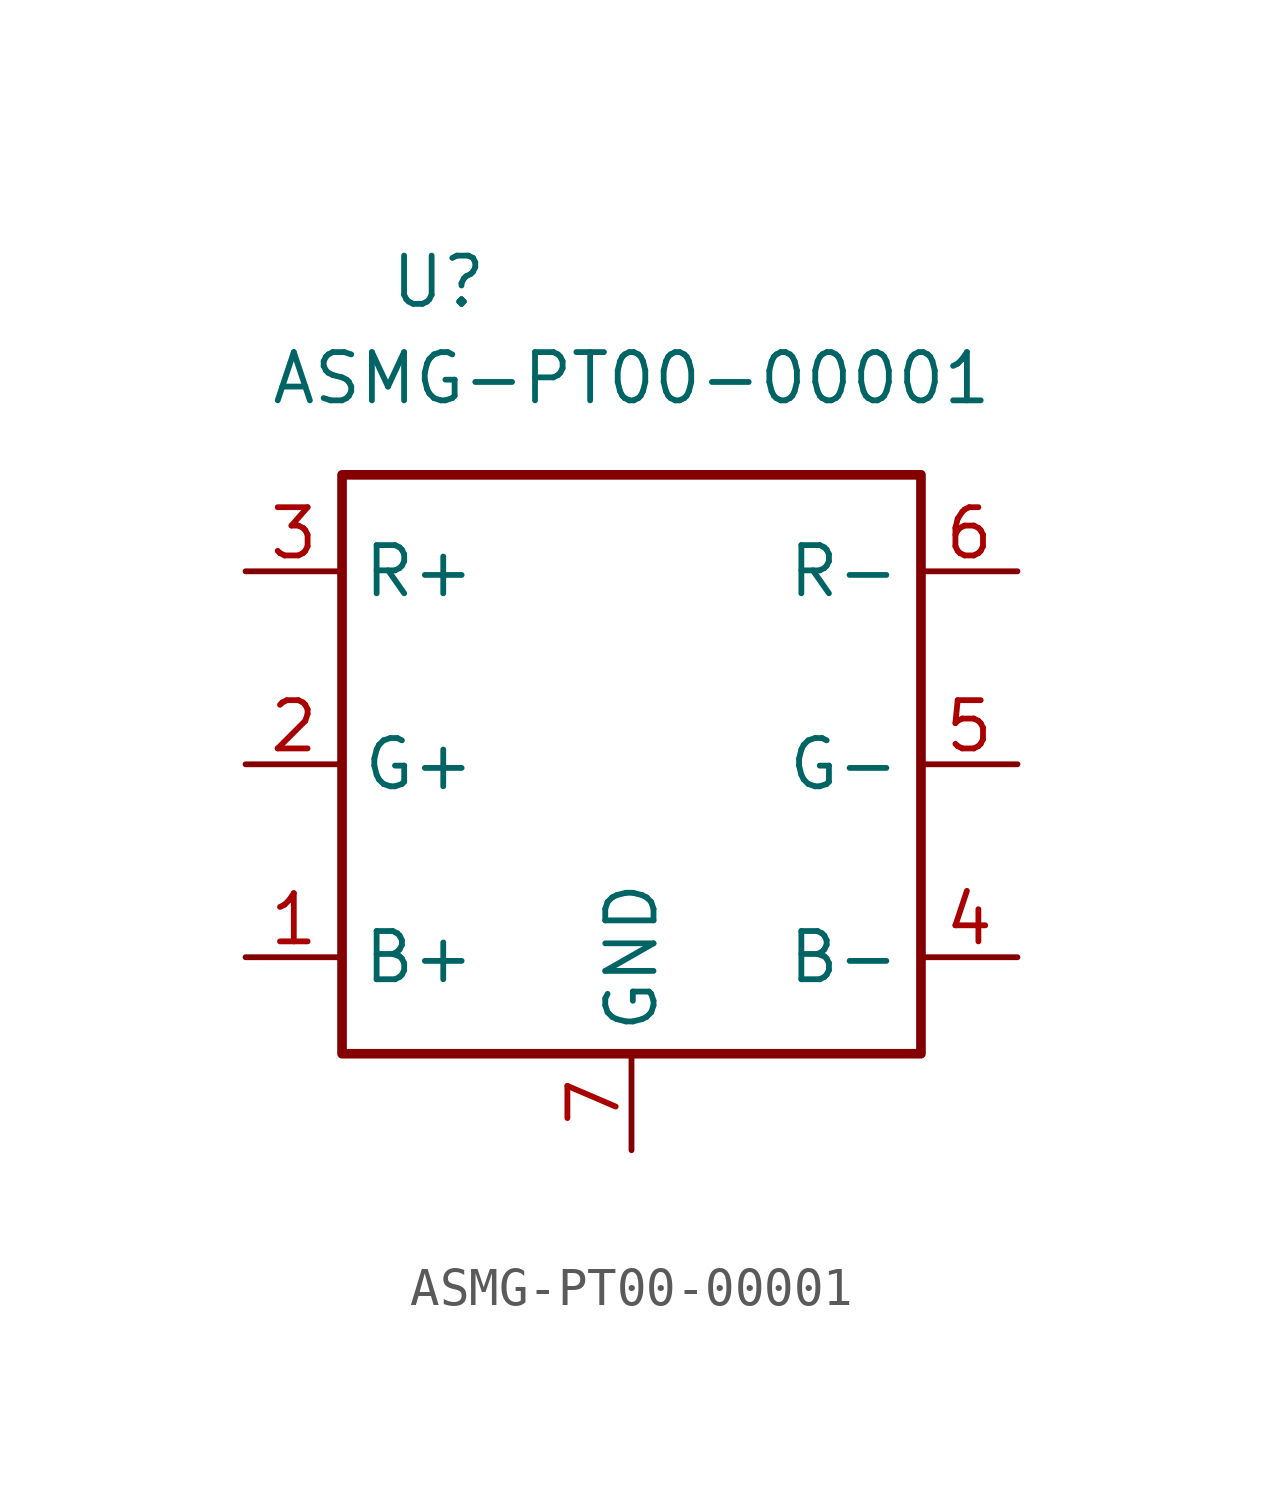
<source format=kicad_sym>
(kicad_symbol_lib
  (version 20211014)
  (generator kicad_symbol_editor)
  (symbol "ASMG-PT00-00001"
    (property "Reference" "U"
      (at -5.08 12.7 0)
      (effects (font (size 1.27 1.27))))
    (property "Value" "ASMG-PT00-00001"
      (at 0 10.16 0)
      (effects (font (size 1.27 1.27))))
    (symbol "ASMG-PT00-00001_0_1"
      (rectangle (start 7.62 -7.62) (end -7.62 7.62) (stroke (width 0.254) (type default) (color 0 0 0 0)) (fill (type none))))
    (symbol "ASMG-PT00-00001_1_1"
      (pin passive line (at -10.16 -5.08 0) (length 2.54) (name "B+" (effects (font (size 1.27 1.27)))) (number "1" (effects (font (size 1.27 1.27)))))
      (pin passive line (at -10.16 0 0) (length 2.54) (name "G+" (effects (font (size 1.27 1.27)))) (number "2" (effects (font (size 1.27 1.27)))))
      (pin passive line (at -10.16 5.08 0) (length 2.54) (name "R+" (effects (font (size 1.27 1.27)))) (number "3" (effects (font (size 1.27 1.27)))))
      (pin passive line (at 10.16 -5.08 180) (length 2.54) (name "B-" (effects (font (size 1.27 1.27)))) (number "4" (effects (font (size 1.27 1.27)))))
      (pin passive line (at 10.16 0 180) (length 2.54) (name "G-" (effects (font (size 1.27 1.27)))) (number "5" (effects (font (size 1.27 1.27)))))
      (pin passive line (at 10.16 5.08 180) (length 2.54) (name "R-" (effects (font (size 1.27 1.27)))) (number "6" (effects (font (size 1.27 1.27)))))
      (pin passive line (at 0 -10.16 90) (length 2.54) (name "GND" (effects (font (size 1.27 1.27)))) (number "7" (effects (font (size 1.27 1.27))))))))
</source>
